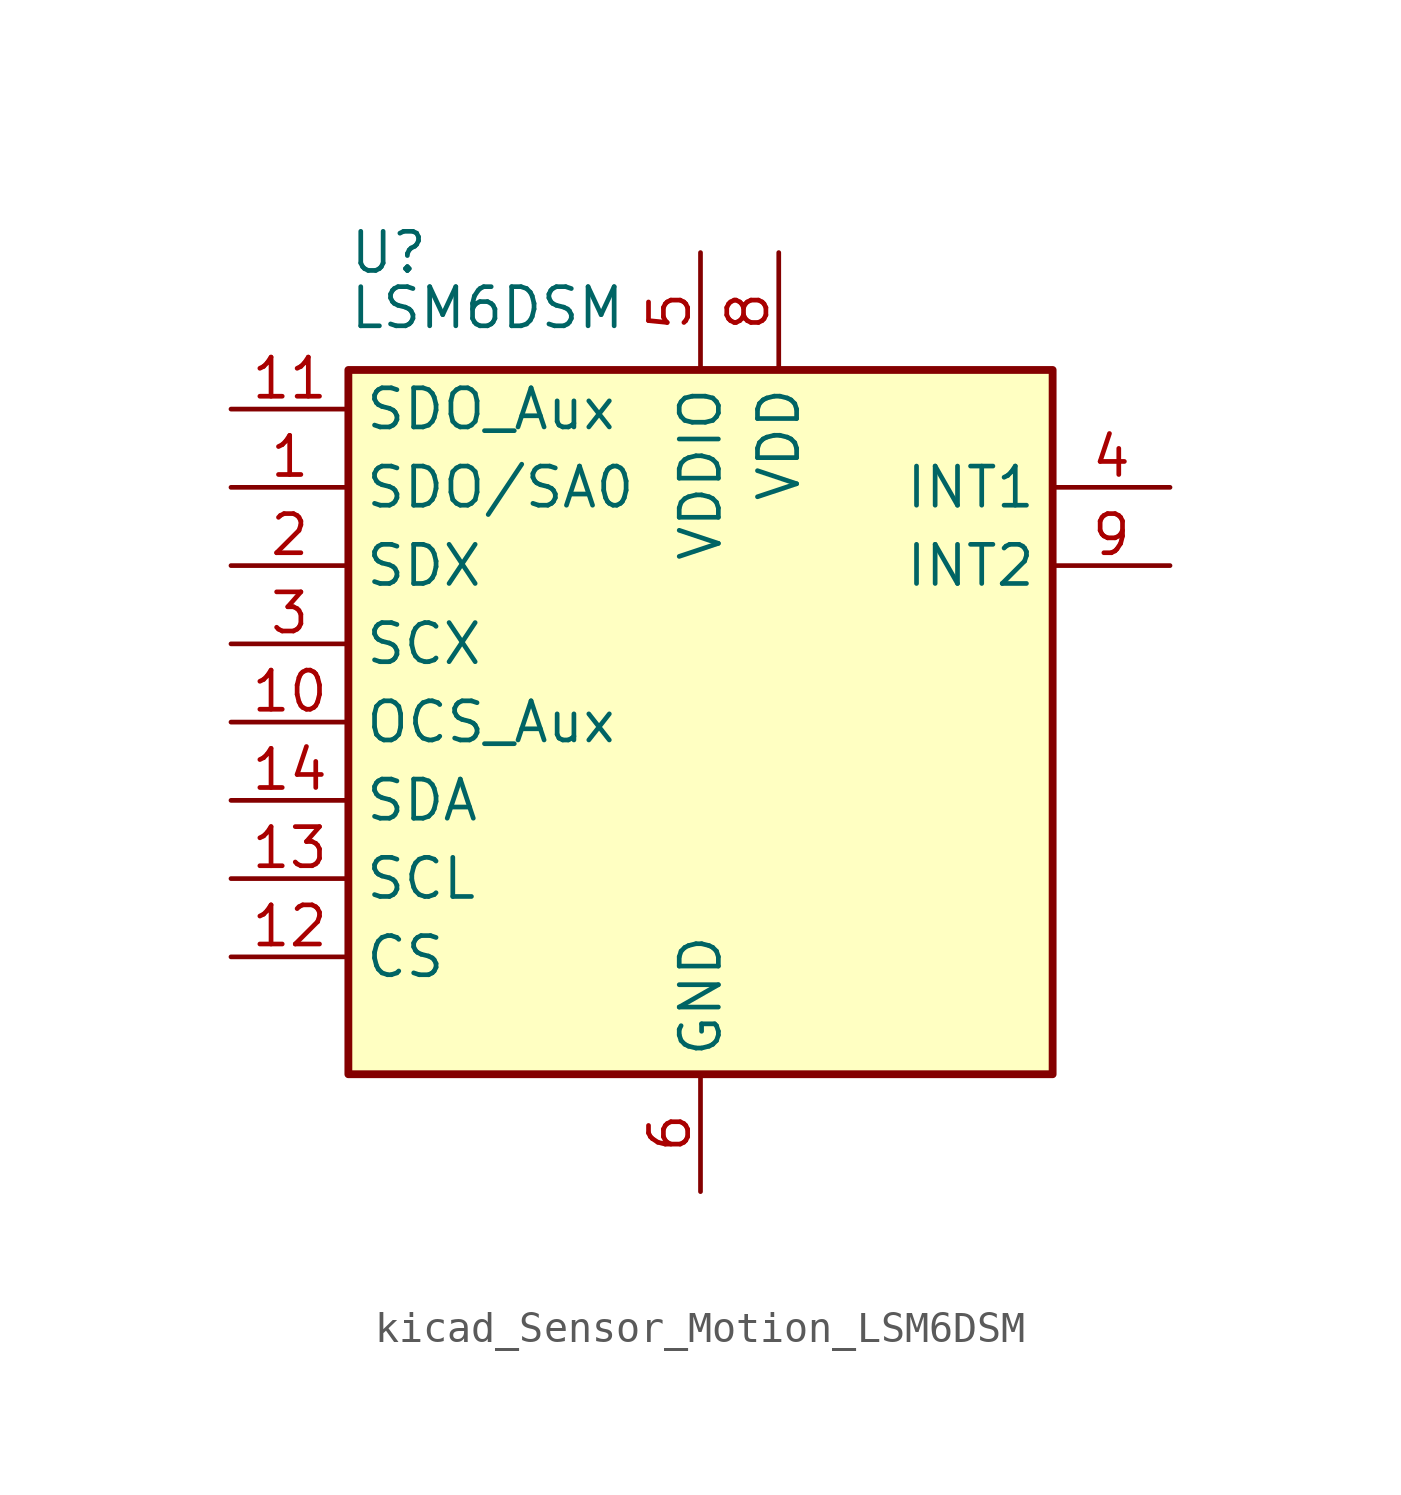
<source format=kicad_sym>
(kicad_symbol_lib
  (version 20220914)
  (generator kicad_symbol_editor)
  (symbol "kicad_Sensor_Motion_LSM6DSM"
    (property "Reference" "U"
      (at -11.43 15.24 0)
      (effects (font (size 1.27 1.27)) (justify left)))
    (property "Value" "LSM6DSM"
      (at -11.43 12.7 0)
      (effects (font (size 1.27 1.27)) (justify left bottom)))
    (symbol "kicad_Sensor_Motion_LSM6DSM_0_1"
      (rectangle (start 11.43 11.43) (end -11.43 -11.43) (stroke (width 0.254) (type default)) (fill (type background))))
    (symbol "kicad_Sensor_Motion_LSM6DSM_1_1"
      (pin bidirectional line (at -15.24 7.62 0) (length 3.81) (name "SDO/SA0" (effects (font (size 1.27 1.27)))) (number "1" (effects (font (size 1.27 1.27)))))
      (pin passive line (at -15.24 0 0) (length 3.81) (name "OCS_Aux" (effects (font (size 1.27 1.27)))) (number "10" (effects (font (size 1.27 1.27)))))
      (pin bidirectional line (at -15.24 10.16 0) (length 3.81) (name "SDO_Aux" (effects (font (size 1.27 1.27)))) (number "11" (effects (font (size 1.27 1.27)))))
      (pin input line (at -15.24 -7.62 0) (length 3.81) (name "CS" (effects (font (size 1.27 1.27)))) (number "12" (effects (font (size 1.27 1.27)))))
      (pin input line (at -15.24 -5.08 0) (length 3.81) (name "SCL" (effects (font (size 1.27 1.27)))) (number "13" (effects (font (size 1.27 1.27)))))
      (pin bidirectional line (at -15.24 -2.54 0) (length 3.81) (name "SDA" (effects (font (size 1.27 1.27)))) (number "14" (effects (font (size 1.27 1.27)))))
      (pin bidirectional line (at -15.24 5.08 0) (length 3.81) (name "SDX" (effects (font (size 1.27 1.27)))) (number "2" (effects (font (size 1.27 1.27)))))
      (pin input line (at -15.24 2.54 0) (length 3.81) (name "SCX" (effects (font (size 1.27 1.27)))) (number "3" (effects (font (size 1.27 1.27)))))
      (pin output line (at 15.24 7.62 180) (length 3.81) (name "INT1" (effects (font (size 1.27 1.27)))) (number "4" (effects (font (size 1.27 1.27)))))
      (pin power_in line (at 0 15.24 270) (length 3.81) (name "VDDIO" (effects (font (size 1.27 1.27)))) (number "5" (effects (font (size 1.27 1.27)))))
      (pin power_in line (at 0 -15.24 90) (length 3.81) (name "GND" (effects (font (size 1.27 1.27)))) (number "6" (effects (font (size 1.27 1.27)))))
      (pin passive line (at 0 -15.24 90) (length 3.81) hide (name "GND" (effects (font (size 1.27 1.27)))) (number "7" (effects (font (size 1.27 1.27)))))
      (pin power_in line (at 2.54 15.24 270) (length 3.81) (name "VDD" (effects (font (size 1.27 1.27)))) (number "8" (effects (font (size 1.27 1.27)))))
      (pin output line (at 15.24 5.08 180) (length 3.81) (name "INT2" (effects (font (size 1.27 1.27)))) (number "9" (effects (font (size 1.27 1.27))))))))
</source>
